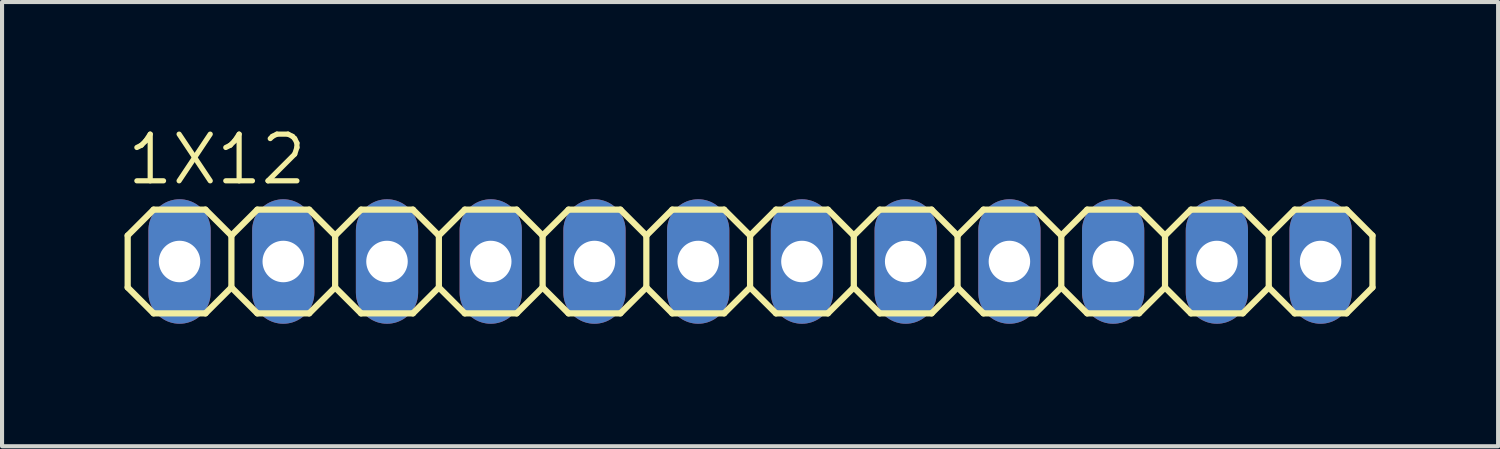
<source format=kicad_pcb>
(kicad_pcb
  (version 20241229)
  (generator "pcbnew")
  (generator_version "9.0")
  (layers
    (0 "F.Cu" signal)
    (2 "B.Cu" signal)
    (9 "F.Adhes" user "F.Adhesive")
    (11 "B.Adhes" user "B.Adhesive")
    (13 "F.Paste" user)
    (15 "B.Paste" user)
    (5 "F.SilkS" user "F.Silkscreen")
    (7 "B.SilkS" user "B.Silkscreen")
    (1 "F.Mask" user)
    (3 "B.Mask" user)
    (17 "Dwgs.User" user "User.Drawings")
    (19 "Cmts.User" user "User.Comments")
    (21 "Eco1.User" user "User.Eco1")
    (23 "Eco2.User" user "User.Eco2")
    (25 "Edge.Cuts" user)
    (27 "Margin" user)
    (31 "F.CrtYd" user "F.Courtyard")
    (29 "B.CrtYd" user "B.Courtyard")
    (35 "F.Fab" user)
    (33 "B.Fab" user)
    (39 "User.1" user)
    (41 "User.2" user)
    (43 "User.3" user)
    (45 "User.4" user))
  (footprint "1X12"
    (layer "F.Cu")
    (at 15.316 3.353)
    (property "Reference" "1X12" (at -15.316 -1.829 0) (unlocked yes) (layer "F.SilkS") (effects (font (size 1.143 1.143) (thickness 0.127)) (justify left bottom)))
    (fp_line (start -15.24 -0.635) (end -15.24 0.635) (stroke (width 0.152) (type solid)) (layer "F.SilkS"))
    (fp_line (start -15.24 0.635) (end -14.605 1.27) (stroke (width 0.152) (type solid)) (layer "F.SilkS"))
    (fp_line (start -14.605 -1.27) (end -15.24 -0.635) (stroke (width 0.152) (type solid)) (layer "F.SilkS"))
    (fp_line (start -14.605 -1.27) (end -13.335 -1.27) (stroke (width 0.152) (type solid)) (layer "F.SilkS"))
    (fp_line (start -13.335 -1.27) (end -12.7 -0.635) (stroke (width 0.152) (type solid)) (layer "F.SilkS"))
    (fp_line (start -13.335 1.27) (end -14.605 1.27) (stroke (width 0.152) (type solid)) (layer "F.SilkS"))
    (fp_line (start -12.7 -0.635) (end -12.7 0.635) (stroke (width 0.152) (type solid)) (layer "F.SilkS"))
    (fp_line (start -12.7 -0.635) (end -12.065 -1.27) (stroke (width 0.152) (type solid)) (layer "F.SilkS"))
    (fp_line (start -12.7 0.635) (end -13.335 1.27) (stroke (width 0.152) (type solid)) (layer "F.SilkS"))
    (fp_line (start -12.065 -1.27) (end -10.795 -1.27) (stroke (width 0.152) (type solid)) (layer "F.SilkS"))
    (fp_line (start -12.065 1.27) (end -12.7 0.635) (stroke (width 0.152) (type solid)) (layer "F.SilkS"))
    (fp_line (start -10.795 -1.27) (end -10.16 -0.635) (stroke (width 0.152) (type solid)) (layer "F.SilkS"))
    (fp_line (start -10.795 1.27) (end -12.065 1.27) (stroke (width 0.152) (type solid)) (layer "F.SilkS"))
    (fp_line (start -10.16 -0.635) (end -10.16 0.635) (stroke (width 0.152) (type solid)) (layer "F.SilkS"))
    (fp_line (start -10.16 -0.635) (end -9.525 -1.27) (stroke (width 0.152) (type solid)) (layer "F.SilkS"))
    (fp_line (start -10.16 0.635) (end -10.795 1.27) (stroke (width 0.152) (type solid)) (layer "F.SilkS"))
    (fp_line (start -9.525 -1.27) (end -8.255 -1.27) (stroke (width 0.152) (type solid)) (layer "F.SilkS"))
    (fp_line (start -9.525 1.27) (end -10.16 0.635) (stroke (width 0.152) (type solid)) (layer "F.SilkS"))
    (fp_line (start -8.255 -1.27) (end -7.62 -0.635) (stroke (width 0.152) (type solid)) (layer "F.SilkS"))
    (fp_line (start -8.255 1.27) (end -9.525 1.27) (stroke (width 0.152) (type solid)) (layer "F.SilkS"))
    (fp_line (start -7.62 -0.635) (end -7.62 0.635) (stroke (width 0.152) (type solid)) (layer "F.SilkS"))
    (fp_line (start -7.62 0.635) (end -8.255 1.27) (stroke (width 0.152) (type solid)) (layer "F.SilkS"))
    (fp_line (start -7.62 0.635) (end -6.985 1.27) (stroke (width 0.152) (type solid)) (layer "F.SilkS"))
    (fp_line (start -6.985 -1.27) (end -7.62 -0.635) (stroke (width 0.152) (type solid)) (layer "F.SilkS"))
    (fp_line (start -6.985 -1.27) (end -5.715 -1.27) (stroke (width 0.152) (type solid)) (layer "F.SilkS"))
    (fp_line (start -5.715 -1.27) (end -5.08 -0.635) (stroke (width 0.152) (type solid)) (layer "F.SilkS"))
    (fp_line (start -5.715 1.27) (end -6.985 1.27) (stroke (width 0.152) (type solid)) (layer "F.SilkS"))
    (fp_line (start -5.08 -0.635) (end -5.08 0.635) (stroke (width 0.152) (type solid)) (layer "F.SilkS"))
    (fp_line (start -5.08 -0.635) (end -4.445 -1.27) (stroke (width 0.152) (type solid)) (layer "F.SilkS"))
    (fp_line (start -5.08 0.635) (end -5.715 1.27) (stroke (width 0.152) (type solid)) (layer "F.SilkS"))
    (fp_line (start -4.445 -1.27) (end -3.175 -1.27) (stroke (width 0.152) (type solid)) (layer "F.SilkS"))
    (fp_line (start -4.445 1.27) (end -5.08 0.635) (stroke (width 0.152) (type solid)) (layer "F.SilkS"))
    (fp_line (start -3.175 -1.27) (end -2.54 -0.635) (stroke (width 0.152) (type solid)) (layer "F.SilkS"))
    (fp_line (start -3.175 1.27) (end -4.445 1.27) (stroke (width 0.152) (type solid)) (layer "F.SilkS"))
    (fp_line (start -2.54 -0.635) (end -2.54 0.635) (stroke (width 0.152) (type solid)) (layer "F.SilkS"))
    (fp_line (start -2.54 -0.635) (end -1.905 -1.27) (stroke (width 0.152) (type solid)) (layer "F.SilkS"))
    (fp_line (start -2.54 0.635) (end -3.175 1.27) (stroke (width 0.152) (type solid)) (layer "F.SilkS"))
    (fp_line (start -1.905 -1.27) (end -0.635 -1.27) (stroke (width 0.152) (type solid)) (layer "F.SilkS"))
    (fp_line (start -1.905 1.27) (end -2.54 0.635) (stroke (width 0.152) (type solid)) (layer "F.SilkS"))
    (fp_line (start -0.635 -1.27) (end 0 -0.635) (stroke (width 0.152) (type solid)) (layer "F.SilkS"))
    (fp_line (start -0.635 1.27) (end -1.905 1.27) (stroke (width 0.152) (type solid)) (layer "F.SilkS"))
    (fp_line (start 0 -0.635) (end 0 0.635) (stroke (width 0.152) (type solid)) (layer "F.SilkS"))
    (fp_line (start 0 0.635) (end -0.635 1.27) (stroke (width 0.152) (type solid)) (layer "F.SilkS"))
    (fp_line (start 0 0.635) (end 0.635 1.27) (stroke (width 0.152) (type solid)) (layer "F.SilkS"))
    (fp_line (start 0.635 -1.27) (end 0 -0.635) (stroke (width 0.152) (type solid)) (layer "F.SilkS"))
    (fp_line (start 0.635 -1.27) (end 1.905 -1.27) (stroke (width 0.152) (type solid)) (layer "F.SilkS"))
    (fp_line (start 1.905 -1.27) (end 2.54 -0.635) (stroke (width 0.152) (type solid)) (layer "F.SilkS"))
    (fp_line (start 1.905 1.27) (end 0.635 1.27) (stroke (width 0.152) (type solid)) (layer "F.SilkS"))
    (fp_line (start 2.54 -0.635) (end 2.54 0.635) (stroke (width 0.152) (type solid)) (layer "F.SilkS"))
    (fp_line (start 2.54 -0.635) (end 3.175 -1.27) (stroke (width 0.152) (type solid)) (layer "F.SilkS"))
    (fp_line (start 2.54 0.635) (end 1.905 1.27) (stroke (width 0.152) (type solid)) (layer "F.SilkS"))
    (fp_line (start 3.175 -1.27) (end 4.445 -1.27) (stroke (width 0.152) (type solid)) (layer "F.SilkS"))
    (fp_line (start 3.175 1.27) (end 2.54 0.635) (stroke (width 0.152) (type solid)) (layer "F.SilkS"))
    (fp_line (start 4.445 -1.27) (end 5.08 -0.635) (stroke (width 0.152) (type solid)) (layer "F.SilkS"))
    (fp_line (start 4.445 1.27) (end 3.175 1.27) (stroke (width 0.152) (type solid)) (layer "F.SilkS"))
    (fp_line (start 5.08 -0.635) (end 5.08 0.635) (stroke (width 0.152) (type solid)) (layer "F.SilkS"))
    (fp_line (start 5.08 -0.635) (end 5.715 -1.27) (stroke (width 0.152) (type solid)) (layer "F.SilkS"))
    (fp_line (start 5.08 0.635) (end 4.445 1.27) (stroke (width 0.152) (type solid)) (layer "F.SilkS"))
    (fp_line (start 5.715 -1.27) (end 6.985 -1.27) (stroke (width 0.152) (type solid)) (layer "F.SilkS"))
    (fp_line (start 5.715 1.27) (end 5.08 0.635) (stroke (width 0.152) (type solid)) (layer "F.SilkS"))
    (fp_line (start 6.985 -1.27) (end 7.62 -0.635) (stroke (width 0.152) (type solid)) (layer "F.SilkS"))
    (fp_line (start 6.985 1.27) (end 5.715 1.27) (stroke (width 0.152) (type solid)) (layer "F.SilkS"))
    (fp_line (start 7.62 -0.635) (end 7.62 0.635) (stroke (width 0.152) (type solid)) (layer "F.SilkS"))
    (fp_line (start 7.62 0.635) (end 6.985 1.27) (stroke (width 0.152) (type solid)) (layer "F.SilkS"))
    (fp_line (start 7.62 0.635) (end 8.255 1.27) (stroke (width 0.152) (type solid)) (layer "F.SilkS"))
    (fp_line (start 8.255 -1.27) (end 7.62 -0.635) (stroke (width 0.152) (type solid)) (layer "F.SilkS"))
    (fp_line (start 8.255 -1.27) (end 9.525 -1.27) (stroke (width 0.152) (type solid)) (layer "F.SilkS"))
    (fp_line (start 9.525 -1.27) (end 10.16 -0.635) (stroke (width 0.152) (type solid)) (layer "F.SilkS"))
    (fp_line (start 9.525 1.27) (end 8.255 1.27) (stroke (width 0.152) (type solid)) (layer "F.SilkS"))
    (fp_line (start 10.16 -0.635) (end 10.16 0.635) (stroke (width 0.152) (type solid)) (layer "F.SilkS"))
    (fp_line (start 10.16 -0.635) (end 10.795 -1.27) (stroke (width 0.152) (type solid)) (layer "F.SilkS"))
    (fp_line (start 10.16 0.635) (end 9.525 1.27) (stroke (width 0.152) (type solid)) (layer "F.SilkS"))
    (fp_line (start 10.795 -1.27) (end 12.065 -1.27) (stroke (width 0.152) (type solid)) (layer "F.SilkS"))
    (fp_line (start 10.795 1.27) (end 10.16 0.635) (stroke (width 0.152) (type solid)) (layer "F.SilkS"))
    (fp_line (start 12.065 -1.27) (end 12.7 -0.635) (stroke (width 0.152) (type solid)) (layer "F.SilkS"))
    (fp_line (start 12.065 1.27) (end 10.795 1.27) (stroke (width 0.152) (type solid)) (layer "F.SilkS"))
    (fp_line (start 12.7 -0.635) (end 12.7 0.635) (stroke (width 0.152) (type solid)) (layer "F.SilkS"))
    (fp_line (start 12.7 -0.635) (end 13.335 -1.27) (stroke (width 0.152) (type solid)) (layer "F.SilkS"))
    (fp_line (start 12.7 0.635) (end 12.065 1.27) (stroke (width 0.152) (type solid)) (layer "F.SilkS"))
    (fp_line (start 13.335 -1.27) (end 14.605 -1.27) (stroke (width 0.152) (type solid)) (layer "F.SilkS"))
    (fp_line (start 13.335 1.27) (end 12.7 0.635) (stroke (width 0.152) (type solid)) (layer "F.SilkS"))
    (fp_line (start 14.605 -1.27) (end 15.24 -0.635) (stroke (width 0.152) (type solid)) (layer "F.SilkS"))
    (fp_line (start 14.605 1.27) (end 13.335 1.27) (stroke (width 0.152) (type solid)) (layer "F.SilkS"))
    (fp_line (start 15.24 -0.635) (end 15.24 0.635) (stroke (width 0.152) (type solid)) (layer "F.SilkS"))
    (fp_line (start 15.24 0.635) (end 14.605 1.27) (stroke (width 0.152) (type solid)) (layer "F.SilkS"))
    (fp_poly (pts (xy -14.224 0.254) (xy -13.716 0.254) (xy -13.716 -0.254) (xy -14.224 -0.254)) (stroke (width 0.1) (type default)) (fill no) (layer "F.Fab"))
    (fp_poly (pts (xy -11.684 0.254) (xy -11.176 0.254) (xy -11.176 -0.254) (xy -11.684 -0.254)) (stroke (width 0.1) (type default)) (fill no) (layer "F.Fab"))
    (fp_poly (pts (xy -9.144 0.254) (xy -8.636 0.254) (xy -8.636 -0.254) (xy -9.144 -0.254)) (stroke (width 0.1) (type default)) (fill no) (layer "F.Fab"))
    (fp_poly (pts (xy -6.604 0.254) (xy -6.096 0.254) (xy -6.096 -0.254) (xy -6.604 -0.254)) (stroke (width 0.1) (type default)) (fill no) (layer "F.Fab"))
    (fp_poly (pts (xy -4.064 0.254) (xy -3.556 0.254) (xy -3.556 -0.254) (xy -4.064 -0.254)) (stroke (width 0.1) (type default)) (fill no) (layer "F.Fab"))
    (fp_poly (pts (xy -1.524 0.254) (xy -1.016 0.254) (xy -1.016 -0.254) (xy -1.524 -0.254)) (stroke (width 0.1) (type default)) (fill no) (layer "F.Fab"))
    (fp_poly (pts (xy 1.016 0.254) (xy 1.524 0.254) (xy 1.524 -0.254) (xy 1.016 -0.254)) (stroke (width 0.1) (type default)) (fill no) (layer "F.Fab"))
    (fp_poly (pts (xy 3.556 0.254) (xy 4.064 0.254) (xy 4.064 -0.254) (xy 3.556 -0.254)) (stroke (width 0.1) (type default)) (fill no) (layer "F.Fab"))
    (fp_poly (pts (xy 6.096 0.254) (xy 6.604 0.254) (xy 6.604 -0.254) (xy 6.096 -0.254)) (stroke (width 0.1) (type default)) (fill no) (layer "F.Fab"))
    (fp_poly (pts (xy 8.636 0.254) (xy 9.144 0.254) (xy 9.144 -0.254) (xy 8.636 -0.254)) (stroke (width 0.1) (type default)) (fill no) (layer "F.Fab"))
    (fp_poly (pts (xy 11.176 0.254) (xy 11.684 0.254) (xy 11.684 -0.254) (xy 11.176 -0.254)) (stroke (width 0.1) (type default)) (fill no) (layer "F.Fab"))
    (fp_poly (pts (xy 13.716 0.254) (xy 14.224 0.254) (xy 14.224 -0.254) (xy 13.716 -0.254)) (stroke (width 0.1) (type default)) (fill no) (layer "F.Fab"))
    (pad "1" thru_hole oval (at -13.97 0 90) (size 3.048 1.524) (drill 1.016) (layers "*.Cu" "*.Mask"))
    (pad "2" thru_hole oval (at -11.43 0 90) (size 3.048 1.524) (drill 1.016) (layers "*.Cu" "*.Mask"))
    (pad "3" thru_hole oval (at -8.89 0 90) (size 3.048 1.524) (drill 1.016) (layers "*.Cu" "*.Mask"))
    (pad "4" thru_hole oval (at -6.35 0 90) (size 3.048 1.524) (drill 1.016) (layers "*.Cu" "*.Mask"))
    (pad "5" thru_hole oval (at -3.81 0 90) (size 3.048 1.524) (drill 1.016) (layers "*.Cu" "*.Mask"))
    (pad "6" thru_hole oval (at -1.27 0 90) (size 3.048 1.524) (drill 1.016) (layers "*.Cu" "*.Mask"))
    (pad "7" thru_hole oval (at 1.27 0 90) (size 3.048 1.524) (drill 1.016) (layers "*.Cu" "*.Mask"))
    (pad "8" thru_hole oval (at 3.81 0 90) (size 3.048 1.524) (drill 1.016) (layers "*.Cu" "*.Mask"))
    (pad "9" thru_hole oval (at 6.35 0 90) (size 3.048 1.524) (drill 1.016) (layers "*.Cu" "*.Mask"))
    (pad "10" thru_hole oval (at 8.89 0 90) (size 3.048 1.524) (drill 1.016) (layers "*.Cu" "*.Mask"))
    (pad "11" thru_hole oval (at 11.43 0 90) (size 3.048 1.524) (drill 1.016) (layers "*.Cu" "*.Mask"))
    (pad "12" thru_hole oval (at 13.97 0 90) (size 3.048 1.524) (drill 1.016) (layers "*.Cu" "*.Mask")))
  (gr_rect
    (start -3 -3)
    (end 33.632 7.877)
    (stroke (width 0.1) (type default))
    (fill no)
    (layer "Edge.Cuts")))
</source>
